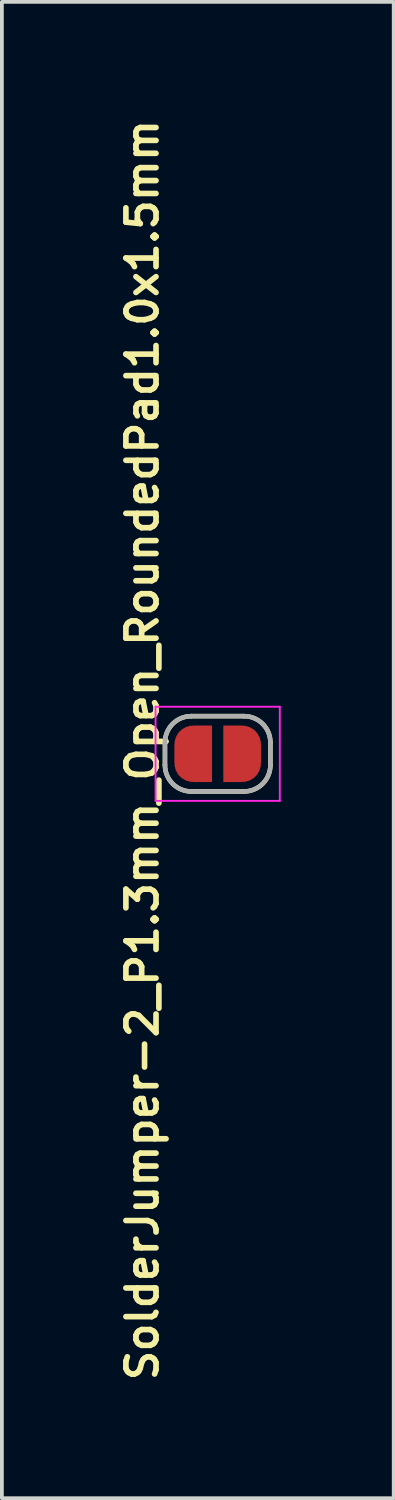
<source format=kicad_pcb>
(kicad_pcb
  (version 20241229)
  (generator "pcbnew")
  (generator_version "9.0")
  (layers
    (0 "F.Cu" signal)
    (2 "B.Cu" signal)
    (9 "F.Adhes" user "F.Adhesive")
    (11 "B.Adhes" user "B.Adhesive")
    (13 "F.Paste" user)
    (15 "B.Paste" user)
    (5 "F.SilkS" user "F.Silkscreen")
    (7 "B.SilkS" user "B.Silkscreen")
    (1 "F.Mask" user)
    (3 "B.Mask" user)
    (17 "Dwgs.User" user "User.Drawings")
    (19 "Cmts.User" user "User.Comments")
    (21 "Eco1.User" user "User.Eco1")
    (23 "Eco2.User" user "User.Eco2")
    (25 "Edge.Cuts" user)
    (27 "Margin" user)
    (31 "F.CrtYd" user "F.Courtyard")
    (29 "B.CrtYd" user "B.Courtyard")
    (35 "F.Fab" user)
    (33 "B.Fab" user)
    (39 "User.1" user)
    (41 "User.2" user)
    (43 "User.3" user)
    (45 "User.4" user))
  (footprint "SolderJumper-2_P1.3mm_Open_RoundedPad1.0x1.5mm"
    (layer "F.Cu")
    (at 2.731 16.969)
    (property "Reference" "SolderJumper-2_P1.3mm_Open_RoundedPad1.0x1.5mm" (at -2 -0.1 270) (layer "F.SilkS") (effects (font (size 0.8 0.8) (thickness 0.15))))
    (attr exclude_from_pos_files exclude_from_bom)
    (fp_line (start -1.4 0.3) (end -1.4 -0.3) (stroke (width 0.12) (type solid)) (layer "F.SilkS"))
    (fp_line (start -0.7 -1) (end 0.7 -1) (stroke (width 0.12) (type solid)) (layer "F.SilkS"))
    (fp_line (start 0.7 1) (end -0.7 1) (stroke (width 0.12) (type solid)) (layer "F.SilkS"))
    (fp_line (start 1.4 -0.3) (end 1.4 0.3) (stroke (width 0.12) (type solid)) (layer "F.SilkS"))
    (fp_arc (start -1.4 -0.3) (mid -1.194975 -0.794975) (end -0.7 -1) (stroke (width 0.12) (type solid)) (layer "F.SilkS"))
    (fp_arc (start -0.7 1) (mid -1.194975 0.794975) (end -1.4 0.3) (stroke (width 0.12) (type solid)) (layer "F.SilkS"))
    (fp_arc (start 0.7 -1) (mid 1.194975 -0.794975) (end 1.4 -0.3) (stroke (width 0.12) (type solid)) (layer "F.SilkS"))
    (fp_arc (start 1.4 0.3) (mid 1.194975 0.794975) (end 0.7 1) (stroke (width 0.12) (type solid)) (layer "F.SilkS"))
    (fp_line (start -1.65 -1.25) (end -1.65 1.25) (stroke (width 0.05) (type solid)) (layer "F.CrtYd"))
    (fp_line (start -1.65 -1.25) (end 1.65 -1.25) (stroke (width 0.05) (type solid)) (layer "F.CrtYd"))
    (fp_line (start 1.65 1.25) (end -1.65 1.25) (stroke (width 0.05) (type solid)) (layer "F.CrtYd"))
    (fp_line (start 1.65 1.25) (end 1.65 -1.25) (stroke (width 0.05) (type solid)) (layer "F.CrtYd"))
    (fp_line (start -1.4 0.3) (end -1.4 -0.3) (stroke (width 0.12) (type solid)) (layer "F.Fab"))
    (fp_line (start -0.7 -1) (end 0.7 -1) (stroke (width 0.12) (type solid)) (layer "F.Fab"))
    (fp_line (start 0.7 1) (end -0.7 1) (stroke (width 0.12) (type solid)) (layer "F.Fab"))
    (fp_line (start 1.4 -0.3) (end 1.4 0.3) (stroke (width 0.12) (type solid)) (layer "F.Fab"))
    (fp_arc (start -1.4 -0.3) (mid -1.194975 -0.794975) (end -0.7 -1) (stroke (width 0.12) (type solid)) (layer "F.Fab"))
    (fp_arc (start -0.7 1) (mid -1.194975 0.794975) (end -1.4 0.3) (stroke (width 0.12) (type solid)) (layer "F.Fab"))
    (fp_arc (start 0.7 -1) (mid 1.194975 -0.794975) (end 1.4 -0.3) (stroke (width 0.12) (type solid)) (layer "F.Fab"))
    (fp_arc (start 1.4 0.3) (mid 1.194975 0.794975) (end 0.7 1) (stroke (width 0.12) (type solid)) (layer "F.Fab"))
    (pad "1" smd custom (at -0.65 0) (size 1 0.5) (layers "F.Cu" "F.Mask") (options (anchor rect)) (primitives (gr_circle (center 0 0.25) (end 0.5 0.25) (width 0) (fill yes)) (gr_circle (center 0 -0.25) (end 0.5 -0.25) (width 0) (fill yes)) (gr_poly (pts (xy 0 -0.75) (xy 0.5 -0.75) (xy 0.5 0.75) (xy 0 0.75)) (width 0) (fill yes))))
    (pad "2" smd custom (at 0.65 0) (size 1 0.5) (layers "F.Cu" "F.Mask") (options (anchor rect)) (primitives (gr_circle (center 0 0.25) (end 0.5 0.25) (width 0) (fill yes)) (gr_circle (center 0 -0.25) (end 0.5 -0.25) (width 0) (fill yes)) (gr_poly (pts (xy 0 -0.75) (xy -0.5 -0.75) (xy -0.5 0.75) (xy 0 0.75)) (width 0) (fill yes)))))
  (gr_rect
    (start -3 -3)
    (end 7.406 36.738)
    (stroke (width 0.1) (type default))
    (fill no)
    (layer "Edge.Cuts")))
</source>
